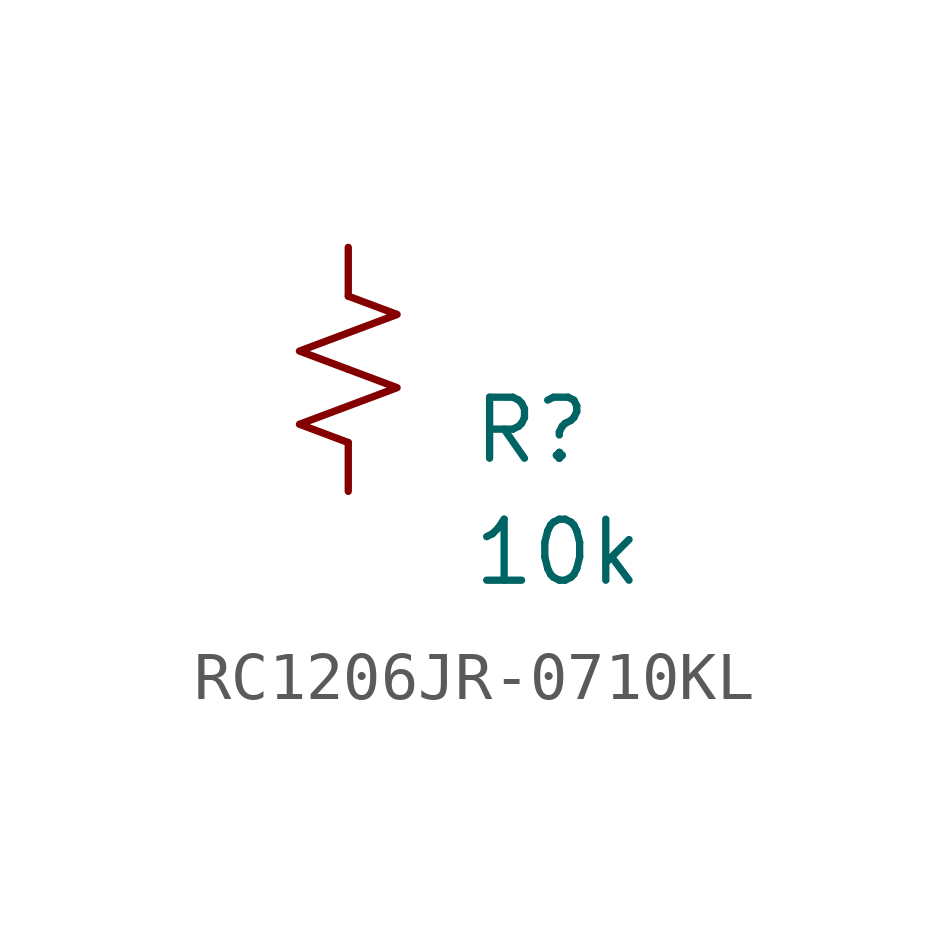
<source format=kicad_sym>
(kicad_symbol_lib
  (version 20210619)
  (generator kicad_symbol_editor)
  (symbol "RC1206JR-0710KL"
    (pin_numbers hide)
    (pin_names
      (offset 0.254) hide)
    (property "Reference" "R"
      (at 2.54 -1.27 0)
      (effects (font (size 1.27 1.27)) (justify left)))
    (property "value" "10k"
      (at 2.54 -3.81 0)
      (effects (font (size 1.27 1.27)) (justify left)))
    (symbol "RC1206JR-0710KL_1_1"
      (polyline (pts (xy 0 0) (xy 1.016 -0.381) (xy 0 -0.762) (xy -1.016 -1.143) (xy 0 -1.524)) (stroke (width 0)) (fill (type none)))
      (polyline (pts (xy 0 1.524) (xy 1.016 1.143) (xy 0 0.762) (xy -1.016 0.381) (xy 0 0)) (stroke (width 0)) (fill (type none)))
      (pin passive line (at 0 2.54 270) (length 1.016) (name "~" (effects (font (size 1.27 1.27)))) (number "1" (effects (font (size 1.27 1.27)))))
      (pin passive line (at 0 -2.54 90) (length 1.016) (name "~" (effects (font (size 1.27 1.27)))) (number "2" (effects (font (size 1.27 1.27))))))))
</source>
